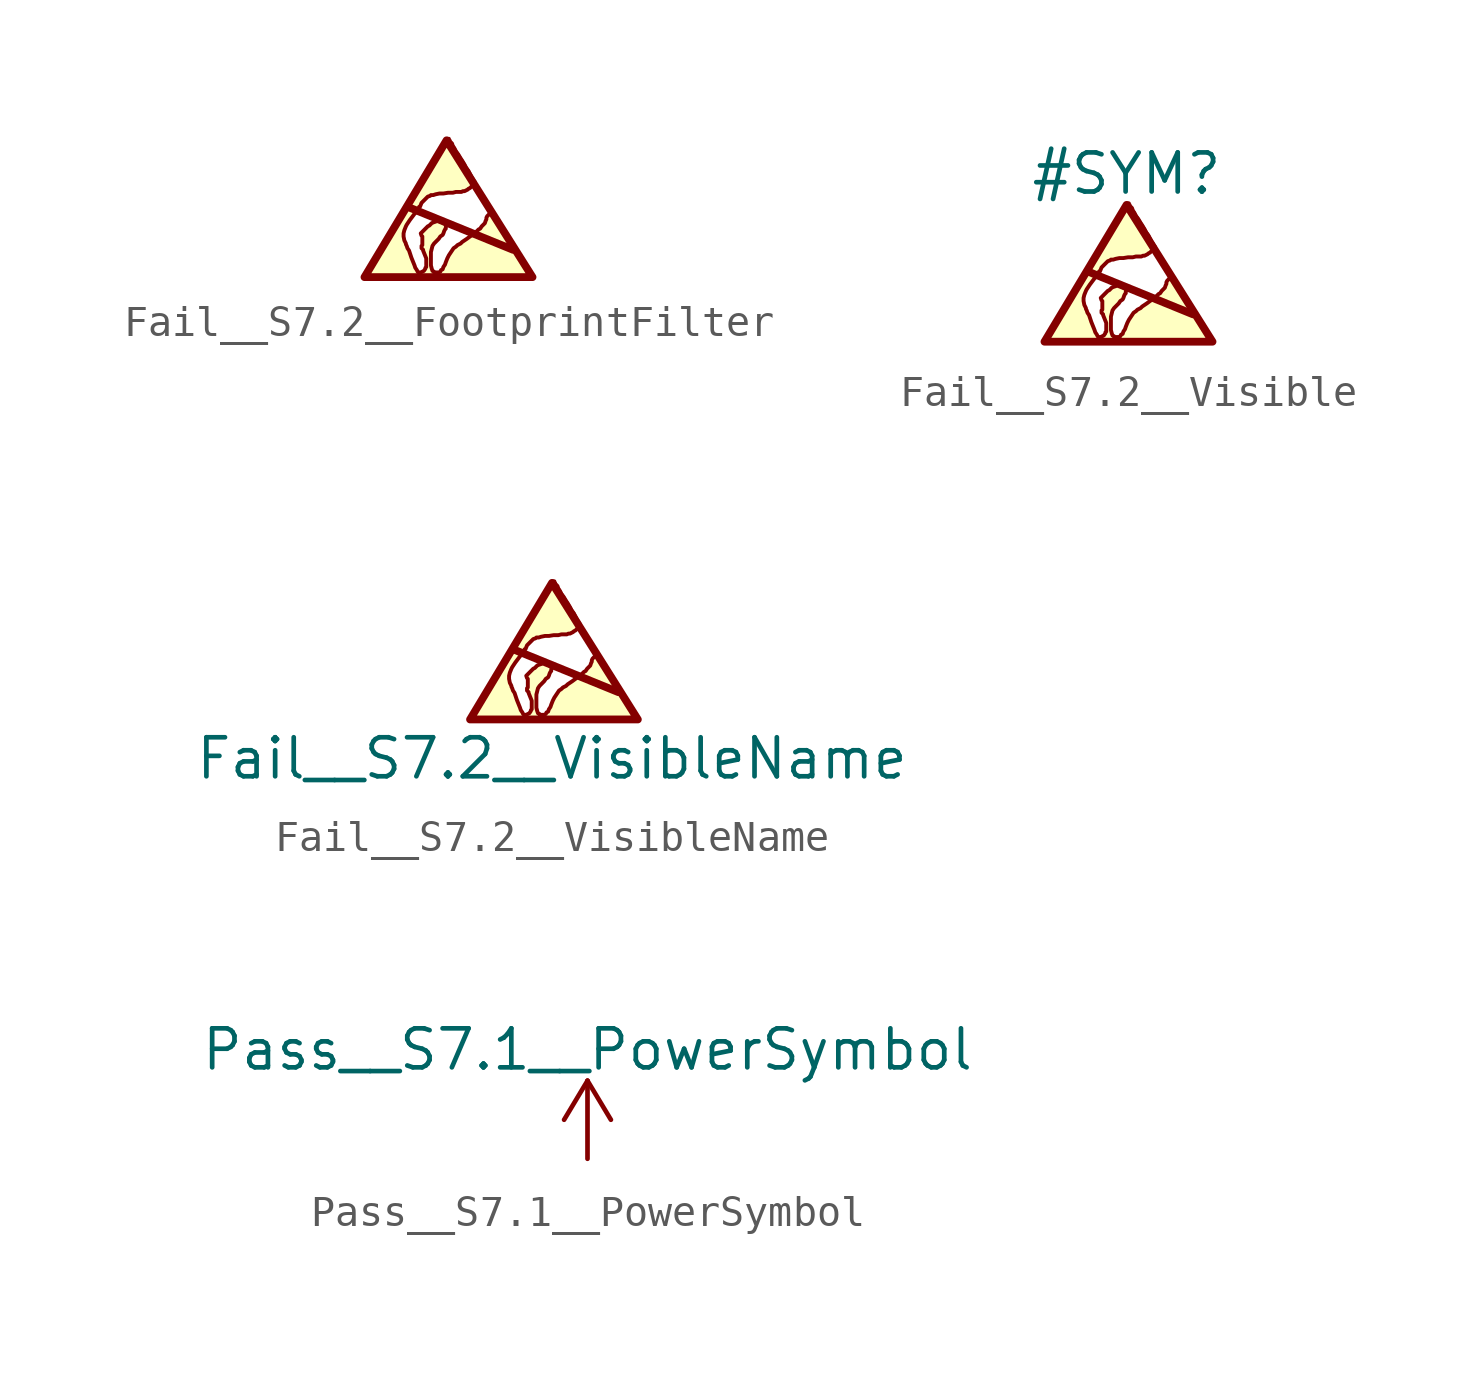
<source format=kicad_sym>
(kicad_symbol_lib
  (version 20201005)
  (generator kicad_symbol_editor)
  (symbol "CI_Test_S7.x:Fail__S7.2__FootprintFilter"
    (pin_names
      (offset 1.016))
    (property "Reference" "#SYM"
      (at 0 3.556 0)
      (effects (font (size 1.27 1.27)) hide))
    (symbol "Fail__S7.2__FootprintFilter_0_0"
      (polyline (pts (xy -1.27 0.381) (xy 2.159 -1.016)) (stroke (width 0.254)) (fill (type none)))
      (polyline (pts (xy -2.667 -1.905) (xy 2.794 -1.905) (xy 0 2.54) (xy -2.667 -1.905)) (stroke (width 0.254)) (fill (type none)))
      (polyline (pts (xy 2.743 -1.905) (xy 2.718 -1.88) (xy 2.616 -1.676) (xy 2.565 -1.6) (xy 2.489 -1.499) (xy 2.438 -1.372) (xy 1.753 -0.229) (xy 1.702 -0.127) (xy 1.626 -0.051) (xy 1.6 0.051) (xy 1.549 0.102) (xy 1.499 0.203) (xy 1.473 0.229) (xy 1.473 0.203) (xy 1.448 0.203) (xy 1.321 0.076) (xy 1.295 0.025) (xy 1.295 -0.025) (xy 1.27 -0.076) (xy 1.245 -0.152) (xy 1.143 -0.254) (xy 1.092 -0.33) (xy 1.041 -0.356) (xy 0.914 -0.483) (xy 0.762 -0.584) (xy 0.66 -0.66) (xy 0.508 -0.762) (xy 0.457 -0.813) (xy 0.356 -0.864) (xy 0.305 -0.914) (xy 0.229 -0.965) (xy 0.076 -1.194) (xy 0.025 -1.295) (xy -0.025 -1.422) (xy -0.051 -1.499) (xy -0.102 -1.575) (xy -0.127 -1.651) (xy -0.178 -1.676) (xy -0.203 -1.727) (xy -0.254 -1.753) (xy -0.406 -1.753) (xy -0.406 -1.727) (xy -0.457 -1.702) (xy -0.483 -1.626) (xy -0.508 -1.524) (xy -0.508 -1.092) (xy -0.457 -0.889) (xy -0.406 -0.813) (xy -0.254 -0.66) (xy -0.203 -0.584) (xy -0.127 -0.533) (xy -0.102 -0.483) (xy -0.076 -0.406) (xy -0.051 -0.356) (xy -0.025 -0.33) (xy -0.025 -0.279) (xy 0 -0.229) (xy -0.076 -0.152) (xy -0.127 -0.127) (xy -0.152 -0.076) (xy -0.203 -0.051) (xy -0.229 -0.025) (xy -0.254 -0.025) (xy -0.305 -0.076) (xy -0.356 -0.102) (xy -0.432 -0.127) (xy -0.483 -0.152) (xy -0.559 -0.229) (xy -0.61 -0.254) (xy -0.838 -0.483) (xy -0.813 -0.559) (xy -0.787 -0.584) (xy -0.787 -0.864) (xy -0.813 -0.889) (xy -0.813 -0.965) (xy -0.762 -1.016) (xy -0.762 -1.041) (xy -0.66 -1.295) (xy -0.66 -1.575) (xy -0.686 -1.6) (xy -0.686 -1.626) (xy -0.737 -1.702) (xy -0.838 -1.753) (xy -0.914 -1.753) (xy -0.94 -1.727) (xy -0.965 -1.676) (xy -1.016 -1.6) (xy -1.041 -1.524) (xy -1.143 -1.27) (xy -1.219 -1.041) (xy -1.27 -0.965) (xy -1.295 -0.889) (xy -1.321 -0.838) (xy -1.321 -0.813) (xy -1.372 -0.711) (xy -1.397 -0.584) (xy -1.397 -0.483) (xy -1.372 -0.381) (xy -1.321 -0.254) (xy -1.295 -0.203) (xy -1.194 -0.051) (xy -1.041 0.152) (xy -0.991 0.203) (xy -0.965 0.254) (xy -0.914 0.33) (xy -0.889 0.381) (xy -0.864 0.381) (xy -0.813 0.508) (xy -0.61 0.711) (xy -0.533 0.737) (xy -0.508 0.762) (xy -0.432 0.762) (xy -0.356 0.787) (xy -0.229 0.813) (xy -0.102 0.813) (xy 0.051 0.838) (xy 0.203 0.838) (xy 0.305 0.864) (xy 0.483 0.864) (xy 0.533 0.889) (xy 0.584 0.889) (xy 0.686 0.94) (xy 0.711 0.965) (xy 0.762 0.991) (xy 0.813 1.041) (xy 0.864 1.067) (xy 0.889 1.118) (xy 0.914 1.143) (xy 0.914 1.194) (xy 0.889 1.219) (xy 0.864 1.27) (xy 0.813 1.346) (xy 0.711 1.549) (xy 0.635 1.651) (xy 0.584 1.753) (xy 0.508 1.88) (xy 0.457 1.956) (xy 0.381 2.083) (xy 0.305 2.184) (xy 0.254 2.286) (xy 0.203 2.362) (xy 0.178 2.438) (xy 0.102 2.515) (xy 0.102 2.54) (xy 0.076 2.565) (xy 0.076 2.591) (xy 0.025 2.591) (xy 0.025 2.565) (xy -0.025 2.515) (xy -0.102 2.362) (xy -0.254 2.134) (xy -0.305 2.032) (xy -0.457 1.778) (xy -0.559 1.626) (xy -0.762 1.27) (xy -0.889 1.067) (xy -1.016 0.838) (xy -1.168 0.61) (xy -1.321 0.33) (xy -1.397 0.203) (xy -1.524 -0.025) (xy -1.778 -0.432) (xy -1.88 -0.635) (xy -2.007 -0.813) (xy -2.108 -0.991) (xy -2.21 -1.143) (xy -2.286 -1.295) (xy -2.438 -1.549) (xy -2.489 -1.651) (xy -2.565 -1.753) (xy -2.591 -1.829) (xy -2.616 -1.88) (xy -2.642 -1.905) (xy -2.642 -1.93) (xy 2.743 -1.93) (xy 2.743 -1.905)) (stroke (width 0.127)) (fill (type background)))))
  (symbol "CI_Test_S7.x:Fail__S7.2__Visible"
    (pin_names
      (offset 1.016))
    (property "Reference" "#SYM"
      (at 0 3.556 0)
      (effects (font (size 1.27 1.27))))
    (symbol "Fail__S7.2__Visible_0_0"
      (polyline (pts (xy -1.27 0.381) (xy 2.159 -1.016)) (stroke (width 0.254)) (fill (type none)))
      (polyline (pts (xy -2.667 -1.905) (xy 2.794 -1.905) (xy 0 2.54) (xy -2.667 -1.905)) (stroke (width 0.254)) (fill (type none)))
      (polyline (pts (xy 2.743 -1.905) (xy 2.718 -1.88) (xy 2.616 -1.676) (xy 2.565 -1.6) (xy 2.489 -1.499) (xy 2.438 -1.372) (xy 1.753 -0.229) (xy 1.702 -0.127) (xy 1.626 -0.051) (xy 1.6 0.051) (xy 1.549 0.102) (xy 1.499 0.203) (xy 1.473 0.229) (xy 1.473 0.203) (xy 1.448 0.203) (xy 1.321 0.076) (xy 1.295 0.025) (xy 1.295 -0.025) (xy 1.27 -0.076) (xy 1.245 -0.152) (xy 1.143 -0.254) (xy 1.092 -0.33) (xy 1.041 -0.356) (xy 0.914 -0.483) (xy 0.762 -0.584) (xy 0.66 -0.66) (xy 0.508 -0.762) (xy 0.457 -0.813) (xy 0.356 -0.864) (xy 0.305 -0.914) (xy 0.229 -0.965) (xy 0.076 -1.194) (xy 0.025 -1.295) (xy -0.025 -1.422) (xy -0.051 -1.499) (xy -0.102 -1.575) (xy -0.127 -1.651) (xy -0.178 -1.676) (xy -0.203 -1.727) (xy -0.254 -1.753) (xy -0.406 -1.753) (xy -0.406 -1.727) (xy -0.457 -1.702) (xy -0.483 -1.626) (xy -0.508 -1.524) (xy -0.508 -1.092) (xy -0.457 -0.889) (xy -0.406 -0.813) (xy -0.254 -0.66) (xy -0.203 -0.584) (xy -0.127 -0.533) (xy -0.102 -0.483) (xy -0.076 -0.406) (xy -0.051 -0.356) (xy -0.025 -0.33) (xy -0.025 -0.279) (xy 0 -0.229) (xy -0.076 -0.152) (xy -0.127 -0.127) (xy -0.152 -0.076) (xy -0.203 -0.051) (xy -0.229 -0.025) (xy -0.254 -0.025) (xy -0.305 -0.076) (xy -0.356 -0.102) (xy -0.432 -0.127) (xy -0.483 -0.152) (xy -0.559 -0.229) (xy -0.61 -0.254) (xy -0.838 -0.483) (xy -0.813 -0.559) (xy -0.787 -0.584) (xy -0.787 -0.864) (xy -0.813 -0.889) (xy -0.813 -0.965) (xy -0.762 -1.016) (xy -0.762 -1.041) (xy -0.66 -1.295) (xy -0.66 -1.575) (xy -0.686 -1.6) (xy -0.686 -1.626) (xy -0.737 -1.702) (xy -0.838 -1.753) (xy -0.914 -1.753) (xy -0.94 -1.727) (xy -0.965 -1.676) (xy -1.016 -1.6) (xy -1.041 -1.524) (xy -1.143 -1.27) (xy -1.219 -1.041) (xy -1.27 -0.965) (xy -1.295 -0.889) (xy -1.321 -0.838) (xy -1.321 -0.813) (xy -1.372 -0.711) (xy -1.397 -0.584) (xy -1.397 -0.483) (xy -1.372 -0.381) (xy -1.321 -0.254) (xy -1.295 -0.203) (xy -1.194 -0.051) (xy -1.041 0.152) (xy -0.991 0.203) (xy -0.965 0.254) (xy -0.914 0.33) (xy -0.889 0.381) (xy -0.864 0.381) (xy -0.813 0.508) (xy -0.61 0.711) (xy -0.533 0.737) (xy -0.508 0.762) (xy -0.432 0.762) (xy -0.356 0.787) (xy -0.229 0.813) (xy -0.102 0.813) (xy 0.051 0.838) (xy 0.203 0.838) (xy 0.305 0.864) (xy 0.483 0.864) (xy 0.533 0.889) (xy 0.584 0.889) (xy 0.686 0.94) (xy 0.711 0.965) (xy 0.762 0.991) (xy 0.813 1.041) (xy 0.864 1.067) (xy 0.889 1.118) (xy 0.914 1.143) (xy 0.914 1.194) (xy 0.889 1.219) (xy 0.864 1.27) (xy 0.813 1.346) (xy 0.711 1.549) (xy 0.635 1.651) (xy 0.584 1.753) (xy 0.508 1.88) (xy 0.457 1.956) (xy 0.381 2.083) (xy 0.305 2.184) (xy 0.254 2.286) (xy 0.203 2.362) (xy 0.178 2.438) (xy 0.102 2.515) (xy 0.102 2.54) (xy 0.076 2.565) (xy 0.076 2.591) (xy 0.025 2.591) (xy 0.025 2.565) (xy -0.025 2.515) (xy -0.102 2.362) (xy -0.254 2.134) (xy -0.305 2.032) (xy -0.457 1.778) (xy -0.559 1.626) (xy -0.762 1.27) (xy -0.889 1.067) (xy -1.016 0.838) (xy -1.168 0.61) (xy -1.321 0.33) (xy -1.397 0.203) (xy -1.524 -0.025) (xy -1.778 -0.432) (xy -1.88 -0.635) (xy -2.007 -0.813) (xy -2.108 -0.991) (xy -2.21 -1.143) (xy -2.286 -1.295) (xy -2.438 -1.549) (xy -2.489 -1.651) (xy -2.565 -1.753) (xy -2.591 -1.829) (xy -2.616 -1.88) (xy -2.642 -1.905) (xy -2.642 -1.93) (xy 2.743 -1.93) (xy 2.743 -1.905)) (stroke (width 0.127)) (fill (type background)))))
  (symbol "CI_Test_S7.x:Fail__S7.2__VisibleName"
    (pin_names
      (offset 1.016))
    (property "Reference" "#SYM"
      (at 0 3.556 0)
      (effects (font (size 1.27 1.27)) hide))
    (property "Value" "Fail__S7.2__VisibleName"
      (at 0 -3.175 0)
      (effects (font (size 1.27 1.27))))
    (symbol "Fail__S7.2__VisibleName_0_0"
      (polyline (pts (xy -1.27 0.381) (xy 2.159 -1.016)) (stroke (width 0.254)) (fill (type none)))
      (polyline (pts (xy -2.667 -1.905) (xy 2.794 -1.905) (xy 0 2.54) (xy -2.667 -1.905)) (stroke (width 0.254)) (fill (type none)))
      (polyline (pts (xy 2.743 -1.905) (xy 2.718 -1.88) (xy 2.616 -1.676) (xy 2.565 -1.6) (xy 2.489 -1.499) (xy 2.438 -1.372) (xy 1.753 -0.229) (xy 1.702 -0.127) (xy 1.626 -0.051) (xy 1.6 0.051) (xy 1.549 0.102) (xy 1.499 0.203) (xy 1.473 0.229) (xy 1.473 0.203) (xy 1.448 0.203) (xy 1.321 0.076) (xy 1.295 0.025) (xy 1.295 -0.025) (xy 1.27 -0.076) (xy 1.245 -0.152) (xy 1.143 -0.254) (xy 1.092 -0.33) (xy 1.041 -0.356) (xy 0.914 -0.483) (xy 0.762 -0.584) (xy 0.66 -0.66) (xy 0.508 -0.762) (xy 0.457 -0.813) (xy 0.356 -0.864) (xy 0.305 -0.914) (xy 0.229 -0.965) (xy 0.076 -1.194) (xy 0.025 -1.295) (xy -0.025 -1.422) (xy -0.051 -1.499) (xy -0.102 -1.575) (xy -0.127 -1.651) (xy -0.178 -1.676) (xy -0.203 -1.727) (xy -0.254 -1.753) (xy -0.406 -1.753) (xy -0.406 -1.727) (xy -0.457 -1.702) (xy -0.483 -1.626) (xy -0.508 -1.524) (xy -0.508 -1.092) (xy -0.457 -0.889) (xy -0.406 -0.813) (xy -0.254 -0.66) (xy -0.203 -0.584) (xy -0.127 -0.533) (xy -0.102 -0.483) (xy -0.076 -0.406) (xy -0.051 -0.356) (xy -0.025 -0.33) (xy -0.025 -0.279) (xy 0 -0.229) (xy -0.076 -0.152) (xy -0.127 -0.127) (xy -0.152 -0.076) (xy -0.203 -0.051) (xy -0.229 -0.025) (xy -0.254 -0.025) (xy -0.305 -0.076) (xy -0.356 -0.102) (xy -0.432 -0.127) (xy -0.483 -0.152) (xy -0.559 -0.229) (xy -0.61 -0.254) (xy -0.838 -0.483) (xy -0.813 -0.559) (xy -0.787 -0.584) (xy -0.787 -0.864) (xy -0.813 -0.889) (xy -0.813 -0.965) (xy -0.762 -1.016) (xy -0.762 -1.041) (xy -0.66 -1.295) (xy -0.66 -1.575) (xy -0.686 -1.6) (xy -0.686 -1.626) (xy -0.737 -1.702) (xy -0.838 -1.753) (xy -0.914 -1.753) (xy -0.94 -1.727) (xy -0.965 -1.676) (xy -1.016 -1.6) (xy -1.041 -1.524) (xy -1.143 -1.27) (xy -1.219 -1.041) (xy -1.27 -0.965) (xy -1.295 -0.889) (xy -1.321 -0.838) (xy -1.321 -0.813) (xy -1.372 -0.711) (xy -1.397 -0.584) (xy -1.397 -0.483) (xy -1.372 -0.381) (xy -1.321 -0.254) (xy -1.295 -0.203) (xy -1.194 -0.051) (xy -1.041 0.152) (xy -0.991 0.203) (xy -0.965 0.254) (xy -0.914 0.33) (xy -0.889 0.381) (xy -0.864 0.381) (xy -0.813 0.508) (xy -0.61 0.711) (xy -0.533 0.737) (xy -0.508 0.762) (xy -0.432 0.762) (xy -0.356 0.787) (xy -0.229 0.813) (xy -0.102 0.813) (xy 0.051 0.838) (xy 0.203 0.838) (xy 0.305 0.864) (xy 0.483 0.864) (xy 0.533 0.889) (xy 0.584 0.889) (xy 0.686 0.94) (xy 0.711 0.965) (xy 0.762 0.991) (xy 0.813 1.041) (xy 0.864 1.067) (xy 0.889 1.118) (xy 0.914 1.143) (xy 0.914 1.194) (xy 0.889 1.219) (xy 0.864 1.27) (xy 0.813 1.346) (xy 0.711 1.549) (xy 0.635 1.651) (xy 0.584 1.753) (xy 0.508 1.88) (xy 0.457 1.956) (xy 0.381 2.083) (xy 0.305 2.184) (xy 0.254 2.286) (xy 0.203 2.362) (xy 0.178 2.438) (xy 0.102 2.515) (xy 0.102 2.54) (xy 0.076 2.565) (xy 0.076 2.591) (xy 0.025 2.591) (xy 0.025 2.565) (xy -0.025 2.515) (xy -0.102 2.362) (xy -0.254 2.134) (xy -0.305 2.032) (xy -0.457 1.778) (xy -0.559 1.626) (xy -0.762 1.27) (xy -0.889 1.067) (xy -1.016 0.838) (xy -1.168 0.61) (xy -1.321 0.33) (xy -1.397 0.203) (xy -1.524 -0.025) (xy -1.778 -0.432) (xy -1.88 -0.635) (xy -2.007 -0.813) (xy -2.108 -0.991) (xy -2.21 -1.143) (xy -2.286 -1.295) (xy -2.438 -1.549) (xy -2.489 -1.651) (xy -2.565 -1.753) (xy -2.591 -1.829) (xy -2.616 -1.88) (xy -2.642 -1.905) (xy -2.642 -1.93) (xy 2.743 -1.93) (xy 2.743 -1.905)) (stroke (width 0.127)) (fill (type background)))))
  (symbol "CI_Test_S7.x:Pass__S7.1__PowerSymbol"
    (power)
    (pin_names
      (offset 0))
    (property "Reference" "#PWR"
      (at 0 -3.81 0)
      (effects (font (size 1.27 1.27)) hide))
    (property "Value" "Pass__S7.1__PowerSymbol"
      (at 0 3.556 0)
      (effects (font (size 1.27 1.27))))
    (symbol "Pass__S7.1__PowerSymbol_0_1"
      (polyline (pts (xy -0.762 1.27) (xy 0 2.54)) (stroke (width 0)) (fill (type none)))
      (polyline (pts (xy 0 0) (xy 0 2.54)) (stroke (width 0)) (fill (type none)))
      (polyline (pts (xy 0 2.54) (xy 0.762 1.27)) (stroke (width 0)) (fill (type none))))
    (symbol "Pass__S7.1__PowerSymbol_1_1"
      (pin power_in line (at 0 0 90) (length 0) hide (name "Pass__S7.1__PowerSymbol" (effects (font (size 1.27 1.27)))) (number "1" (effects (font (size 1.27 1.27))))))))
</source>
